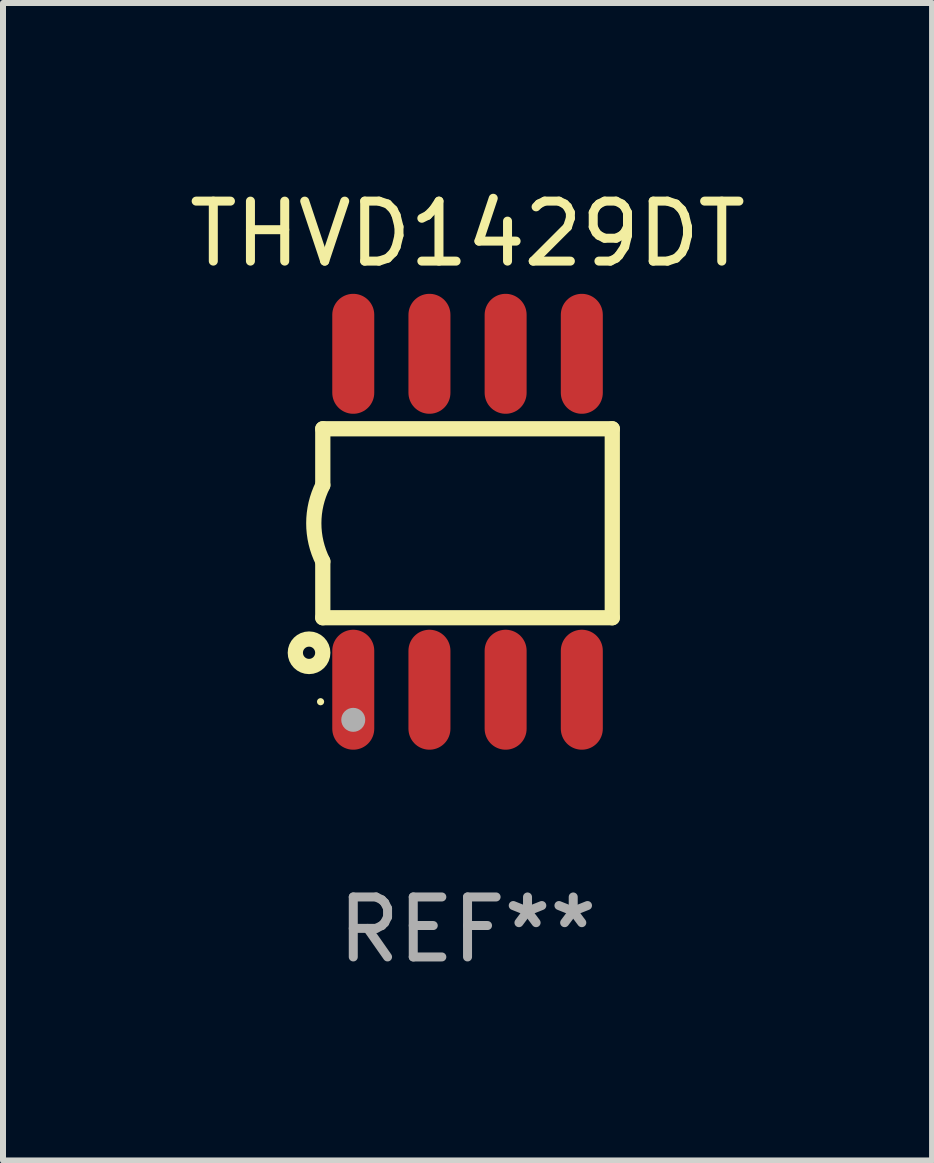
<source format=kicad_pcb>
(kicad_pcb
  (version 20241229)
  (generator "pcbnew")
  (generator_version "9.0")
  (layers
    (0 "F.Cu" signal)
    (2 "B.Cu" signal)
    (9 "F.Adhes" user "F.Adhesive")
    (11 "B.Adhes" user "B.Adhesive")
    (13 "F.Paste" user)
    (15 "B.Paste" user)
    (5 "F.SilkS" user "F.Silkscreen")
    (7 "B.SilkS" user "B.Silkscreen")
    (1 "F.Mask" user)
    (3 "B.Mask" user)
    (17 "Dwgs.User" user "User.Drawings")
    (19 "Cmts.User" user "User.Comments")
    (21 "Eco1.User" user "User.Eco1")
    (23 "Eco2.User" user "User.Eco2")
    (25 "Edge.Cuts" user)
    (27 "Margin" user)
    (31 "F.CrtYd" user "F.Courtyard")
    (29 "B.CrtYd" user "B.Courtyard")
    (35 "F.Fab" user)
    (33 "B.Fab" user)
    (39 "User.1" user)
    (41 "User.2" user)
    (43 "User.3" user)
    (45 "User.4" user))
  (footprint "THVD1429DT"
    (layer "F.Cu")
    (at 4.744 5.648)
    (property "Reference" "THVD1429DT" (at 0 -4.8 0) (layer "F.SilkS") (effects (font (size 1 1) (thickness 0.15))))
    (attr through_hole)
    (fp_line (start -2.413 -1.55) (end -2.413 -0.61) (stroke (width 0.254) (type solid)) (layer "F.SilkS"))
    (fp_line (start -2.413 0.66) (end -2.413 1.6) (stroke (width 0.254) (type solid)) (layer "F.SilkS"))
    (fp_line (start -2.413 1.6) (end 2.413 1.6) (stroke (width 0.254) (type solid)) (layer "F.SilkS"))
    (fp_line (start 2.413 -1.55) (end -2.413 -1.55) (stroke (width 0.254) (type solid)) (layer "F.SilkS"))
    (fp_line (start 2.413 1.6) (end 2.413 -1.55) (stroke (width 0.254) (type solid)) (layer "F.SilkS"))
    (fp_arc (start -2.413005 0.6603) (mid -2.562909 0.025298) (end -2.413005 -0.609703) (stroke (width 0.254001) (type solid)) (layer "F.SilkS"))
    (fp_circle (center -2.642 2.184) (end -2.54 2.184) (stroke (width 0.254) (type solid)) (fill no) (layer "F.SilkS"))
    (fp_circle (center -2.45 3) (end -2.42 3) (stroke (width 0.06) (type solid)) (fill no) (layer "F.SilkS"))
    (fp_circle (center -1.905 3.302) (end -1.805 3.302) (stroke (width 0.2) (type solid)) (fill no) (layer "F.Fab"))
    (fp_text user "REF**" (at 0 6.8 0) (layer "F.Fab") (effects (font (size 1 1) (thickness 0.15))))
    (pad "1" smd oval (at -1.905 2.8 180) (size 0.7 2) (layers "F.Cu" "F.Mask" "F.Paste"))
    (pad "2" smd oval (at -0.635 2.8 180) (size 0.7 2) (layers "F.Cu" "F.Mask" "F.Paste"))
    (pad "3" smd oval (at 0.635 2.8 180) (size 0.7 2) (layers "F.Cu" "F.Mask" "F.Paste"))
    (pad "4" smd oval (at 1.905 2.8 180) (size 0.7 2) (layers "F.Cu" "F.Mask" "F.Paste"))
    (pad "5" smd oval (at 1.905 -2.8 180) (size 0.7 2) (layers "F.Cu" "F.Mask" "F.Paste"))
    (pad "6" smd oval (at 0.635 -2.8 180) (size 0.7 2) (layers "F.Cu" "F.Mask" "F.Paste"))
    (pad "7" smd oval (at -0.635 -2.8 180) (size 0.7 2) (layers "F.Cu" "F.Mask" "F.Paste"))
    (pad "8" smd oval (at -1.905 -2.8 180) (size 0.7 2) (layers "F.Cu" "F.Mask" "F.Paste")))
  (gr_rect
    (start -3 -3)
    (end 12.488 16.296)
    (stroke (width 0.1) (type default))
    (fill no)
    (layer "Edge.Cuts")))
</source>
